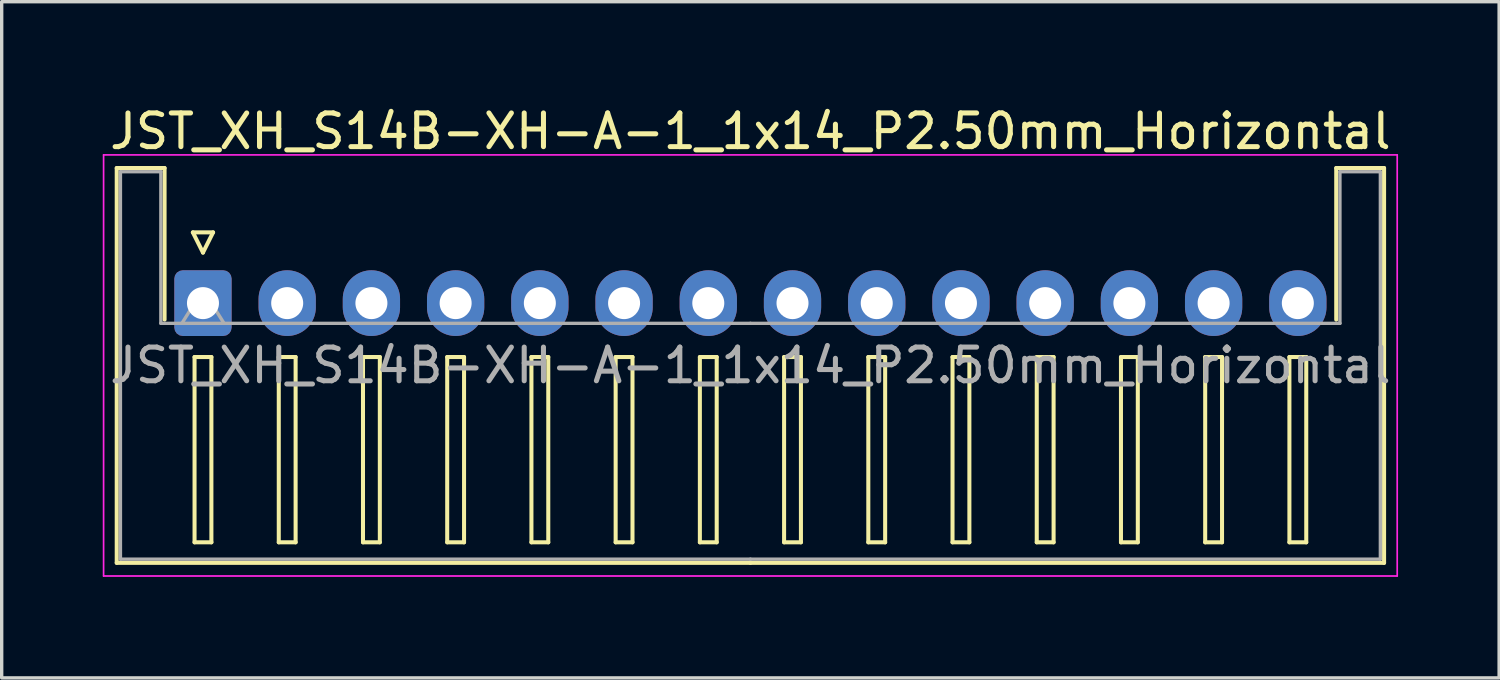
<source format=kicad_pcb>
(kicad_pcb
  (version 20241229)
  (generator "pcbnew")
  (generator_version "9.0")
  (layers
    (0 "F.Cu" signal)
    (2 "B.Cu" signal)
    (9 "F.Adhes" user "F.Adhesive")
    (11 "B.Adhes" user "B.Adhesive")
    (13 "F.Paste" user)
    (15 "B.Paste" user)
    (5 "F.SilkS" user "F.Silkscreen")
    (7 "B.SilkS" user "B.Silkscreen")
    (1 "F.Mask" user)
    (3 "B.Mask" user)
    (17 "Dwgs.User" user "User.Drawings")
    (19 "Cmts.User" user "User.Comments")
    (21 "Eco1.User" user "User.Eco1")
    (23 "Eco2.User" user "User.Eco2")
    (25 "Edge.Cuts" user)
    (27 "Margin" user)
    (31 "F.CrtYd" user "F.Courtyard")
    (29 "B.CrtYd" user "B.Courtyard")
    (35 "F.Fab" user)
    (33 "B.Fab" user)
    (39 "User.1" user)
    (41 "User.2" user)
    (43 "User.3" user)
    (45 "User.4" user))
  (footprint "JST_XH_S14B-XH-A-1_1x14_P2.50mm_Horizontal"
    (layer "F.Cu")
    (at 2.975 5.948)
    (property "Reference" "JST_XH_S14B-XH-A-1_1x14_P2.50mm_Horizontal" (at 16.25 -5.1 0) (layer "F.SilkS") (effects (font (size 1 1) (thickness 0.15))))
    (attr through_hole)
    (fp_line (start -2.56 -4.01) (end -1.14 -4.01) (stroke (width 0.12) (type solid)) (layer "F.SilkS"))
    (fp_line (start -2.56 7.71) (end -2.56 -4.01) (stroke (width 0.12) (type solid)) (layer "F.SilkS"))
    (fp_line (start -1.14 -4.01) (end -1.14 0.49) (stroke (width 0.12) (type solid)) (layer "F.SilkS"))
    (fp_line (start -0.3 -2.1) (end 0.3 -2.1) (stroke (width 0.12) (type solid)) (layer "F.SilkS"))
    (fp_line (start -0.25 1.6) (end -0.25 7.1) (stroke (width 0.12) (type solid)) (layer "F.SilkS"))
    (fp_line (start -0.25 7.1) (end 0.25 7.1) (stroke (width 0.12) (type solid)) (layer "F.SilkS"))
    (fp_line (start 0 -1.5) (end -0.3 -2.1) (stroke (width 0.12) (type solid)) (layer "F.SilkS"))
    (fp_line (start 0.25 1.6) (end -0.25 1.6) (stroke (width 0.12) (type solid)) (layer "F.SilkS"))
    (fp_line (start 0.25 7.1) (end 0.25 1.6) (stroke (width 0.12) (type solid)) (layer "F.SilkS"))
    (fp_line (start 0.3 -2.1) (end 0 -1.5) (stroke (width 0.12) (type solid)) (layer "F.SilkS"))
    (fp_line (start 2.25 1.6) (end 2.25 7.1) (stroke (width 0.12) (type solid)) (layer "F.SilkS"))
    (fp_line (start 2.25 7.1) (end 2.75 7.1) (stroke (width 0.12) (type solid)) (layer "F.SilkS"))
    (fp_line (start 2.75 1.6) (end 2.25 1.6) (stroke (width 0.12) (type solid)) (layer "F.SilkS"))
    (fp_line (start 2.75 7.1) (end 2.75 1.6) (stroke (width 0.12) (type solid)) (layer "F.SilkS"))
    (fp_line (start 4.75 1.6) (end 4.75 7.1) (stroke (width 0.12) (type solid)) (layer "F.SilkS"))
    (fp_line (start 4.75 7.1) (end 5.25 7.1) (stroke (width 0.12) (type solid)) (layer "F.SilkS"))
    (fp_line (start 5.25 1.6) (end 4.75 1.6) (stroke (width 0.12) (type solid)) (layer "F.SilkS"))
    (fp_line (start 5.25 7.1) (end 5.25 1.6) (stroke (width 0.12) (type solid)) (layer "F.SilkS"))
    (fp_line (start 7.25 1.6) (end 7.25 7.1) (stroke (width 0.12) (type solid)) (layer "F.SilkS"))
    (fp_line (start 7.25 7.1) (end 7.75 7.1) (stroke (width 0.12) (type solid)) (layer "F.SilkS"))
    (fp_line (start 7.75 1.6) (end 7.25 1.6) (stroke (width 0.12) (type solid)) (layer "F.SilkS"))
    (fp_line (start 7.75 7.1) (end 7.75 1.6) (stroke (width 0.12) (type solid)) (layer "F.SilkS"))
    (fp_line (start 9.75 1.6) (end 9.75 7.1) (stroke (width 0.12) (type solid)) (layer "F.SilkS"))
    (fp_line (start 9.75 7.1) (end 10.25 7.1) (stroke (width 0.12) (type solid)) (layer "F.SilkS"))
    (fp_line (start 10.25 1.6) (end 9.75 1.6) (stroke (width 0.12) (type solid)) (layer "F.SilkS"))
    (fp_line (start 10.25 7.1) (end 10.25 1.6) (stroke (width 0.12) (type solid)) (layer "F.SilkS"))
    (fp_line (start 12.25 1.6) (end 12.25 7.1) (stroke (width 0.12) (type solid)) (layer "F.SilkS"))
    (fp_line (start 12.25 7.1) (end 12.75 7.1) (stroke (width 0.12) (type solid)) (layer "F.SilkS"))
    (fp_line (start 12.75 1.6) (end 12.25 1.6) (stroke (width 0.12) (type solid)) (layer "F.SilkS"))
    (fp_line (start 12.75 7.1) (end 12.75 1.6) (stroke (width 0.12) (type solid)) (layer "F.SilkS"))
    (fp_line (start 14.75 1.6) (end 14.75 7.1) (stroke (width 0.12) (type solid)) (layer "F.SilkS"))
    (fp_line (start 14.75 7.1) (end 15.25 7.1) (stroke (width 0.12) (type solid)) (layer "F.SilkS"))
    (fp_line (start 15.25 1.6) (end 14.75 1.6) (stroke (width 0.12) (type solid)) (layer "F.SilkS"))
    (fp_line (start 15.25 7.1) (end 15.25 1.6) (stroke (width 0.12) (type solid)) (layer "F.SilkS"))
    (fp_line (start 16.25 7.71) (end -2.56 7.71) (stroke (width 0.12) (type solid)) (layer "F.SilkS"))
    (fp_line (start 16.25 7.71) (end 35.06 7.71) (stroke (width 0.12) (type solid)) (layer "F.SilkS"))
    (fp_line (start 17.25 1.6) (end 17.25 7.1) (stroke (width 0.12) (type solid)) (layer "F.SilkS"))
    (fp_line (start 17.25 7.1) (end 17.75 7.1) (stroke (width 0.12) (type solid)) (layer "F.SilkS"))
    (fp_line (start 17.75 1.6) (end 17.25 1.6) (stroke (width 0.12) (type solid)) (layer "F.SilkS"))
    (fp_line (start 17.75 7.1) (end 17.75 1.6) (stroke (width 0.12) (type solid)) (layer "F.SilkS"))
    (fp_line (start 19.75 1.6) (end 19.75 7.1) (stroke (width 0.12) (type solid)) (layer "F.SilkS"))
    (fp_line (start 19.75 7.1) (end 20.25 7.1) (stroke (width 0.12) (type solid)) (layer "F.SilkS"))
    (fp_line (start 20.25 1.6) (end 19.75 1.6) (stroke (width 0.12) (type solid)) (layer "F.SilkS"))
    (fp_line (start 20.25 7.1) (end 20.25 1.6) (stroke (width 0.12) (type solid)) (layer "F.SilkS"))
    (fp_line (start 22.25 1.6) (end 22.25 7.1) (stroke (width 0.12) (type solid)) (layer "F.SilkS"))
    (fp_line (start 22.25 7.1) (end 22.75 7.1) (stroke (width 0.12) (type solid)) (layer "F.SilkS"))
    (fp_line (start 22.75 1.6) (end 22.25 1.6) (stroke (width 0.12) (type solid)) (layer "F.SilkS"))
    (fp_line (start 22.75 7.1) (end 22.75 1.6) (stroke (width 0.12) (type solid)) (layer "F.SilkS"))
    (fp_line (start 24.75 1.6) (end 24.75 7.1) (stroke (width 0.12) (type solid)) (layer "F.SilkS"))
    (fp_line (start 24.75 7.1) (end 25.25 7.1) (stroke (width 0.12) (type solid)) (layer "F.SilkS"))
    (fp_line (start 25.25 1.6) (end 24.75 1.6) (stroke (width 0.12) (type solid)) (layer "F.SilkS"))
    (fp_line (start 25.25 7.1) (end 25.25 1.6) (stroke (width 0.12) (type solid)) (layer "F.SilkS"))
    (fp_line (start 27.25 1.6) (end 27.25 7.1) (stroke (width 0.12) (type solid)) (layer "F.SilkS"))
    (fp_line (start 27.25 7.1) (end 27.75 7.1) (stroke (width 0.12) (type solid)) (layer "F.SilkS"))
    (fp_line (start 27.75 1.6) (end 27.25 1.6) (stroke (width 0.12) (type solid)) (layer "F.SilkS"))
    (fp_line (start 27.75 7.1) (end 27.75 1.6) (stroke (width 0.12) (type solid)) (layer "F.SilkS"))
    (fp_line (start 29.75 1.6) (end 29.75 7.1) (stroke (width 0.12) (type solid)) (layer "F.SilkS"))
    (fp_line (start 29.75 7.1) (end 30.25 7.1) (stroke (width 0.12) (type solid)) (layer "F.SilkS"))
    (fp_line (start 30.25 1.6) (end 29.75 1.6) (stroke (width 0.12) (type solid)) (layer "F.SilkS"))
    (fp_line (start 30.25 7.1) (end 30.25 1.6) (stroke (width 0.12) (type solid)) (layer "F.SilkS"))
    (fp_line (start 32.25 1.6) (end 32.25 7.1) (stroke (width 0.12) (type solid)) (layer "F.SilkS"))
    (fp_line (start 32.25 7.1) (end 32.75 7.1) (stroke (width 0.12) (type solid)) (layer "F.SilkS"))
    (fp_line (start 32.75 1.6) (end 32.25 1.6) (stroke (width 0.12) (type solid)) (layer "F.SilkS"))
    (fp_line (start 32.75 7.1) (end 32.75 1.6) (stroke (width 0.12) (type solid)) (layer "F.SilkS"))
    (fp_line (start 33.64 -4.01) (end 33.64 0.49) (stroke (width 0.12) (type solid)) (layer "F.SilkS"))
    (fp_line (start 35.06 -4.01) (end 33.64 -4.01) (stroke (width 0.12) (type solid)) (layer "F.SilkS"))
    (fp_line (start 35.06 7.71) (end 35.06 -4.01) (stroke (width 0.12) (type solid)) (layer "F.SilkS"))
    (fp_line (start -2.95 -4.4) (end -2.95 8.1) (stroke (width 0.05) (type solid)) (layer "F.CrtYd"))
    (fp_line (start -2.95 8.1) (end 35.45 8.1) (stroke (width 0.05) (type solid)) (layer "F.CrtYd"))
    (fp_line (start 35.45 -4.4) (end -2.95 -4.4) (stroke (width 0.05) (type solid)) (layer "F.CrtYd"))
    (fp_line (start 35.45 8.1) (end 35.45 -4.4) (stroke (width 0.05) (type solid)) (layer "F.CrtYd"))
    (fp_line (start -2.45 -3.9) (end -1.25 -3.9) (stroke (width 0.1) (type solid)) (layer "F.Fab"))
    (fp_line (start -2.45 7.6) (end -2.45 -3.9) (stroke (width 0.1) (type solid)) (layer "F.Fab"))
    (fp_line (start -1.25 -3.9) (end -1.25 0.6) (stroke (width 0.1) (type solid)) (layer "F.Fab"))
    (fp_line (start -1.25 0.6) (end 16.25 0.6) (stroke (width 0.1) (type solid)) (layer "F.Fab"))
    (fp_line (start -0.625 0.6) (end 0 -0.4) (stroke (width 0.1) (type solid)) (layer "F.Fab"))
    (fp_line (start 0 -0.4) (end 0.625 0.6) (stroke (width 0.1) (type solid)) (layer "F.Fab"))
    (fp_line (start 16.25 7.6) (end -2.45 7.6) (stroke (width 0.1) (type solid)) (layer "F.Fab"))
    (fp_line (start 16.25 7.6) (end 34.95 7.6) (stroke (width 0.1) (type solid)) (layer "F.Fab"))
    (fp_line (start 33.75 -3.9) (end 33.75 0.6) (stroke (width 0.1) (type solid)) (layer "F.Fab"))
    (fp_line (start 33.75 0.6) (end 16.25 0.6) (stroke (width 0.1) (type solid)) (layer "F.Fab"))
    (fp_line (start 34.95 -3.9) (end 33.75 -3.9) (stroke (width 0.1) (type solid)) (layer "F.Fab"))
    (fp_line (start 34.95 7.6) (end 34.95 -3.9) (stroke (width 0.1) (type solid)) (layer "F.Fab"))
    (fp_text user "${REFERENCE}" (at 16.25 1.85 0) (layer "F.Fab") (effects (font (size 1 1) (thickness 0.15))))
    (pad "1" thru_hole roundrect (at 0 0) (size 1.7 1.95) (drill 0.95) (layers "*.Cu" "*.Mask") (roundrect_rratio 0.147))
    (pad "2" thru_hole oval (at 2.5 0) (size 1.7 1.95) (drill 0.95) (layers "*.Cu" "*.Mask"))
    (pad "3" thru_hole oval (at 5 0) (size 1.7 1.95) (drill 0.95) (layers "*.Cu" "*.Mask"))
    (pad "4" thru_hole oval (at 7.5 0) (size 1.7 1.95) (drill 0.95) (layers "*.Cu" "*.Mask"))
    (pad "5" thru_hole oval (at 10 0) (size 1.7 1.95) (drill 0.95) (layers "*.Cu" "*.Mask"))
    (pad "6" thru_hole oval (at 12.5 0) (size 1.7 1.95) (drill 0.95) (layers "*.Cu" "*.Mask"))
    (pad "7" thru_hole oval (at 15 0) (size 1.7 1.95) (drill 0.95) (layers "*.Cu" "*.Mask"))
    (pad "8" thru_hole oval (at 17.5 0) (size 1.7 1.95) (drill 0.95) (layers "*.Cu" "*.Mask"))
    (pad "9" thru_hole oval (at 20 0) (size 1.7 1.95) (drill 0.95) (layers "*.Cu" "*.Mask"))
    (pad "10" thru_hole oval (at 22.5 0) (size 1.7 1.95) (drill 0.95) (layers "*.Cu" "*.Mask"))
    (pad "11" thru_hole oval (at 25 0) (size 1.7 1.95) (drill 0.95) (layers "*.Cu" "*.Mask"))
    (pad "12" thru_hole oval (at 27.5 0) (size 1.7 1.95) (drill 0.95) (layers "*.Cu" "*.Mask"))
    (pad "13" thru_hole oval (at 30 0) (size 1.7 1.95) (drill 0.95) (layers "*.Cu" "*.Mask"))
    (pad "14" thru_hole oval (at 32.5 0) (size 1.7 1.95) (drill 0.95) (layers "*.Cu" "*.Mask")))
  (gr_rect
    (start -3 -3)
    (end 41.45 17.073)
    (stroke (width 0.1) (type default))
    (fill no)
    (layer "Edge.Cuts")))
</source>
